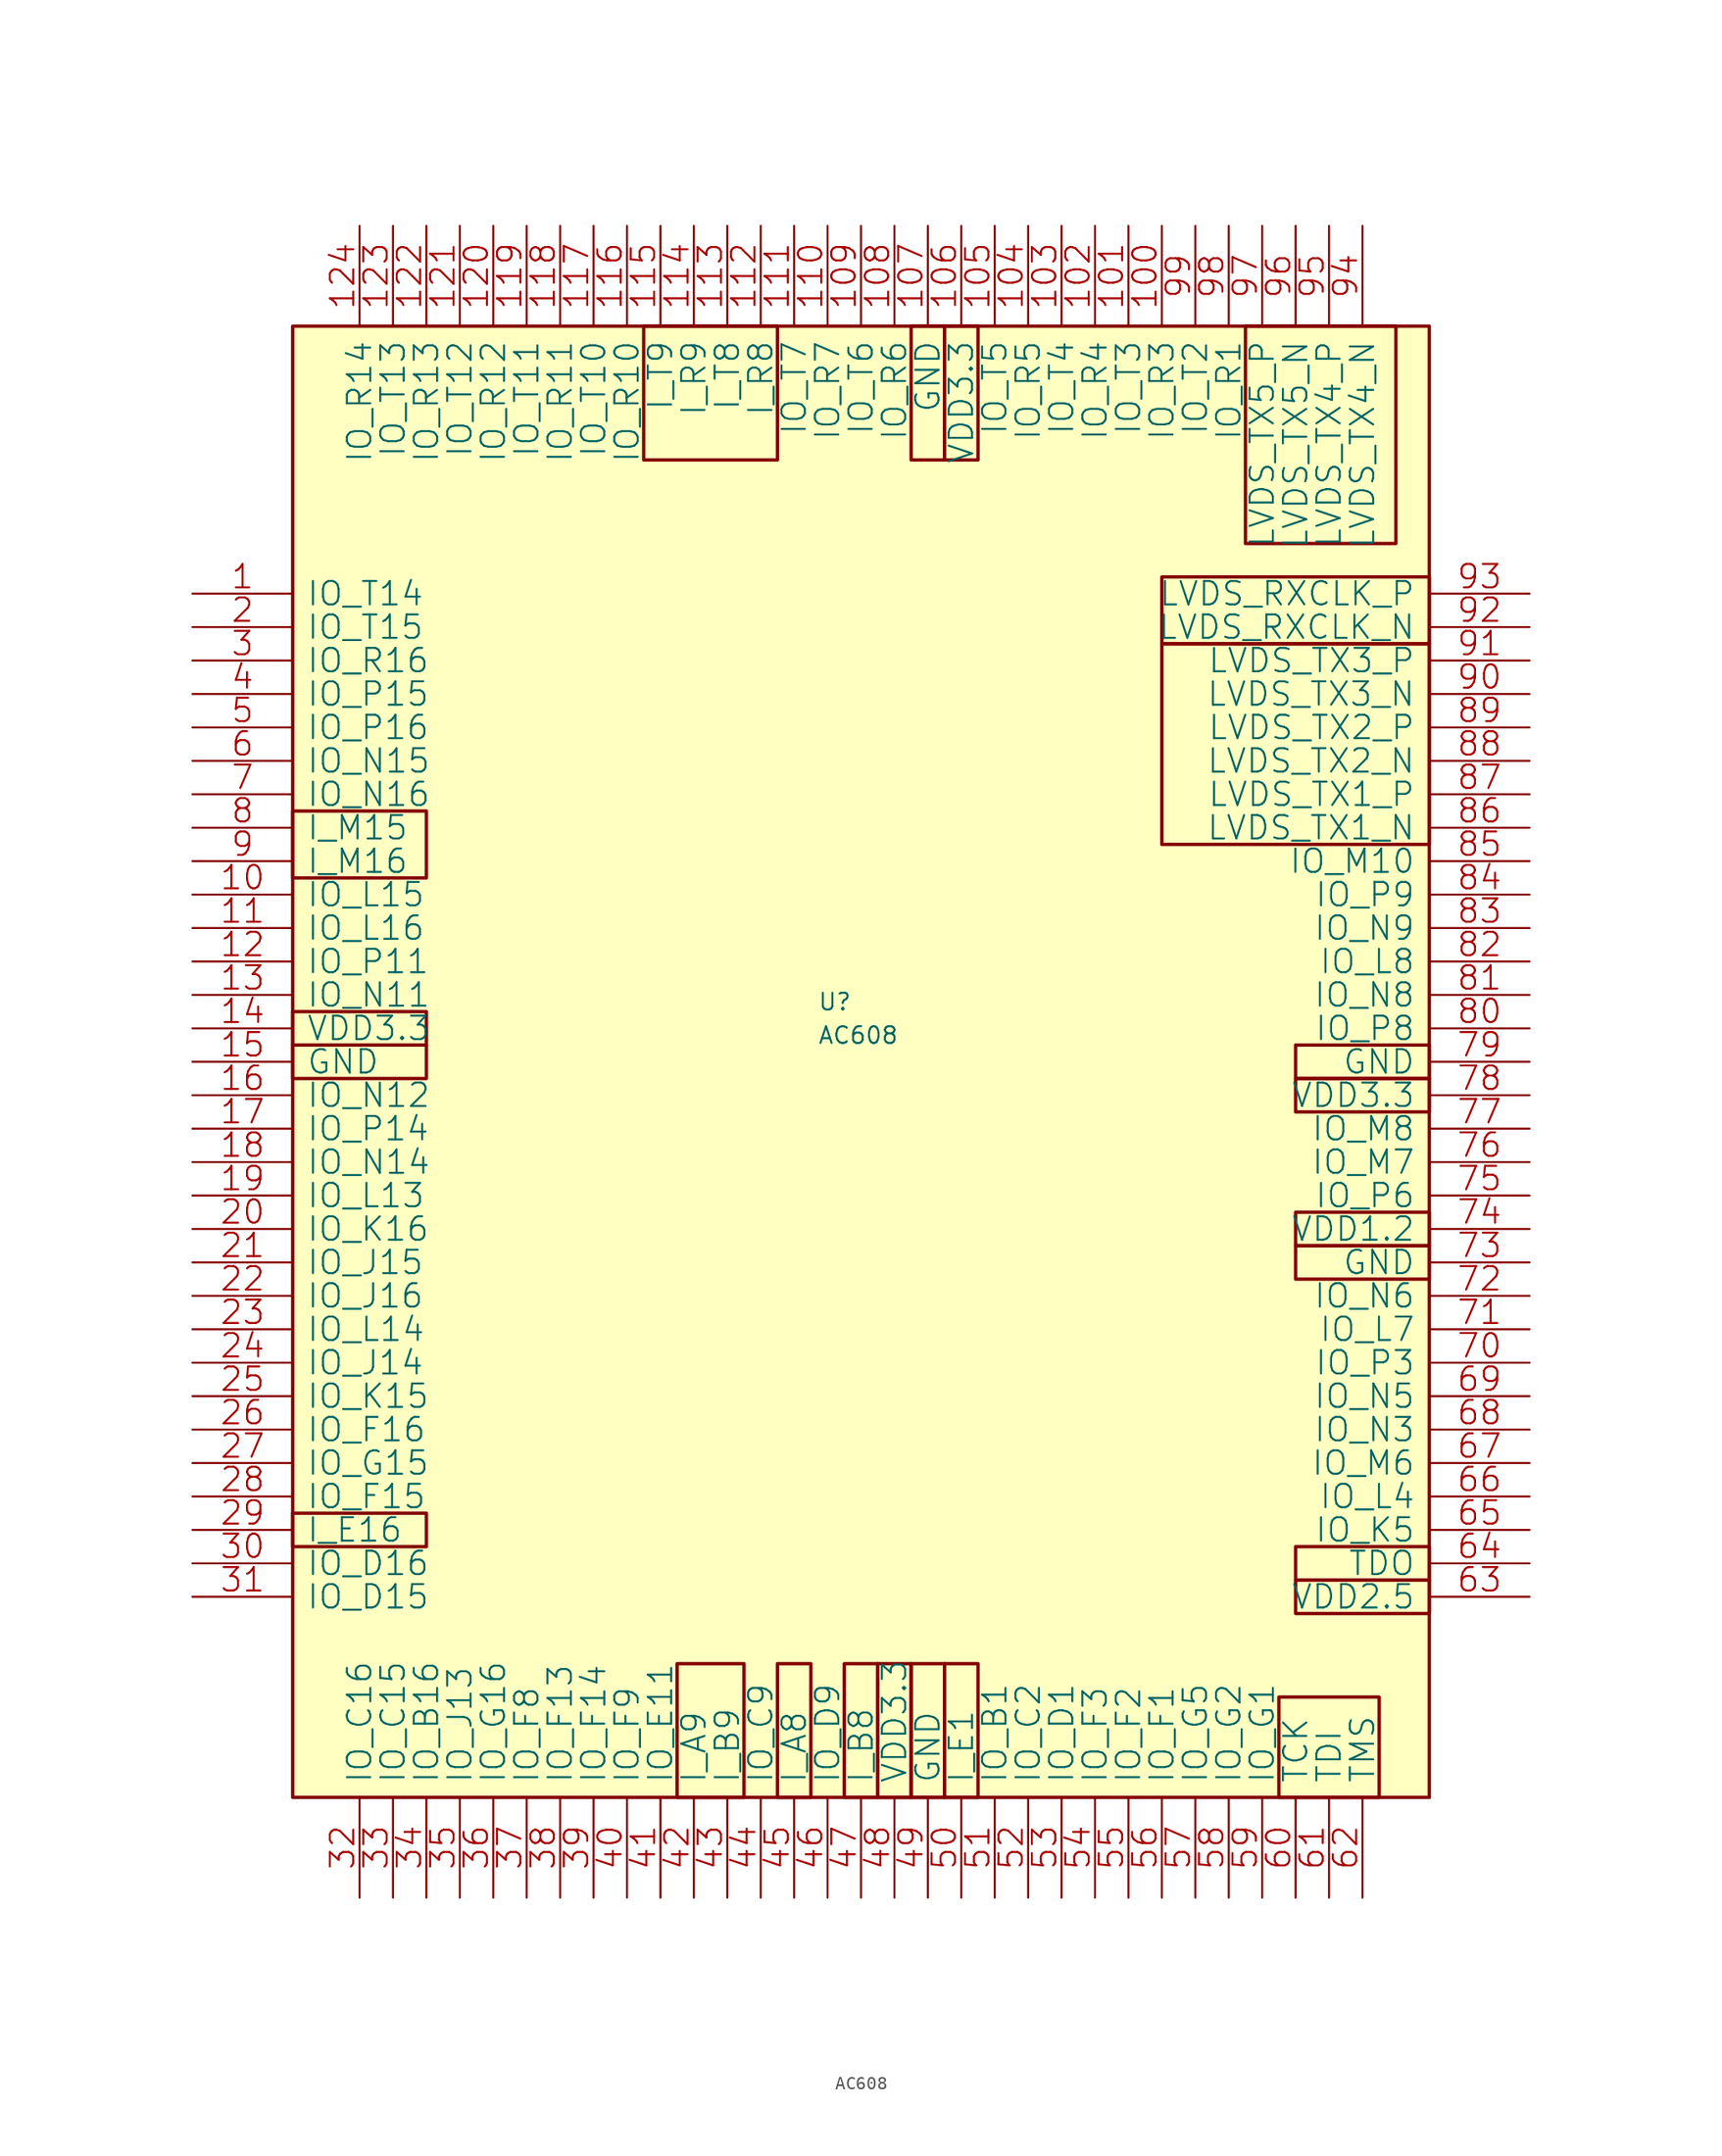
<source format=kicad_sym>
(kicad_symbol_lib
  (version 20220914)
  (generator kicad_symbol_editor)
  (symbol "AC608"
    (pin_names
      (offset 1.016))
    (property "Reference" "U"
      (at -4.572 1.27 0)
      (effects (font (size 1.27 1.27)) (justify left bottom)))
    (property "Value" "AC608"
      (at -4.572 -1.27 0)
      (effects (font (size 1.27 1.27)) (justify left bottom)))
    (property "Footprint" ""
      (at -44.45 38.1 0)
      (effects (font (size 1.27 1.27))))
    (property "Datasheet" ""
      (at -44.45 38.1 0)
      (effects (font (size 1.27 1.27))))
    (symbol "AC608_0_1"
      (rectangle (start -44.45 -58.42) (end 41.91 53.34) (stroke (width 0.254) (type default)) (fill (type background)))
      (rectangle (start -44.45 -39.37) (end -34.29 -36.83) (stroke (width 0.254) (type default)) (fill (type background)))
      (rectangle (start -44.45 -3.81) (end -34.29 -1.27) (stroke (width 0.254) (type default)) (fill (type background)))
      (rectangle (start -44.45 -1.27) (end -34.29 1.27) (stroke (width 0.254) (type default)) (fill (type background)))
      (rectangle (start -44.45 11.43) (end -34.29 16.51) (stroke (width 0.254) (type default)) (fill (type background)))
      (rectangle (start -17.78 43.18) (end -7.62 53.34) (stroke (width 0.254) (type default)) (fill (type background)))
      (rectangle (start -15.24 -58.42) (end -10.16 -48.26) (stroke (width 0.254) (type default)) (fill (type background)))
      (rectangle (start -7.62 -58.42) (end -5.08 -48.26) (stroke (width 0.254) (type default)) (fill (type background)))
      (rectangle (start -2.54 -58.42) (end 0 -48.26) (stroke (width 0.254) (type default)) (fill (type background)))
      (rectangle (start 0 -58.42) (end 2.54 -48.26) (stroke (width 0.254) (type default)) (fill (type background)))
      (rectangle (start 2.54 -58.42) (end 5.08 -48.26) (stroke (width 0.254) (type default)) (fill (type background)))
      (rectangle (start 2.54 43.18) (end 5.08 53.34) (stroke (width 0.254) (type default)) (fill (type background)))
      (rectangle (start 5.08 -58.42) (end 7.62 -48.26) (stroke (width 0.254) (type default)) (fill (type background)))
      (rectangle (start 5.08 43.18) (end 7.62 53.34) (stroke (width 0.254) (type default)) (fill (type background)))
      (rectangle (start 21.59 13.97) (end 41.91 29.21) (stroke (width 0.254) (type default)) (fill (type background)))
      (rectangle (start 21.59 29.21) (end 41.91 34.29) (stroke (width 0.254) (type default)) (fill (type background)))
      (rectangle (start 27.94 36.83) (end 39.37 53.34) (stroke (width 0.254) (type default)) (fill (type background)))
      (rectangle (start 30.48 -58.42) (end 38.1 -50.8) (stroke (width 0.254) (type default)) (fill (type background)))
      (rectangle (start 31.75 -44.45) (end 41.91 -41.91) (stroke (width 0.254) (type default)) (fill (type background)))
      (rectangle (start 31.75 -41.91) (end 41.91 -39.37) (stroke (width 0.254) (type default)) (fill (type background)))
      (rectangle (start 31.75 -19.05) (end 41.91 -16.51) (stroke (width 0.254) (type default)) (fill (type background)))
      (rectangle (start 31.75 -16.51) (end 41.91 -13.97) (stroke (width 0.254) (type default)) (fill (type background)))
      (rectangle (start 31.75 -6.35) (end 41.91 -3.81) (stroke (width 0.254) (type default)) (fill (type background)))
      (rectangle (start 31.75 -3.81) (end 41.91 -1.27) (stroke (width 0.254) (type default)) (fill (type background)))
      (pin bidirectional line (at -52.07 33.02 0) (length 7.62) (name "IO_T14" (effects (font (size 1.778 1.778)))) (number "1" (effects (font (size 1.778 1.778)))))
      (pin bidirectional line (at -52.07 10.16 0) (length 7.62) (name "IO_L15" (effects (font (size 1.778 1.778)))) (number "10" (effects (font (size 1.778 1.778)))))
      (pin bidirectional line (at 21.59 60.96 270) (length 7.62) (name "IO_R3" (effects (font (size 1.778 1.778)))) (number "100" (effects (font (size 1.778 1.778)))))
      (pin bidirectional line (at 19.05 60.96 270) (length 7.62) (name "IO_T3" (effects (font (size 1.778 1.778)))) (number "101" (effects (font (size 1.778 1.778)))))
      (pin bidirectional line (at 16.51 60.96 270) (length 7.62) (name "IO_R4" (effects (font (size 1.778 1.778)))) (number "102" (effects (font (size 1.778 1.778)))))
      (pin bidirectional line (at 13.97 60.96 270) (length 7.62) (name "IO_T4" (effects (font (size 1.778 1.778)))) (number "103" (effects (font (size 1.778 1.778)))))
      (pin bidirectional line (at 11.43 60.96 270) (length 7.62) (name "IO_R5" (effects (font (size 1.778 1.778)))) (number "104" (effects (font (size 1.778 1.778)))))
      (pin bidirectional line (at 8.89 60.96 270) (length 7.62) (name "IO_T5" (effects (font (size 1.778 1.778)))) (number "105" (effects (font (size 1.778 1.778)))))
      (pin power_in line (at 6.35 60.96 270) (length 7.62) (name "VDD3.3" (effects (font (size 1.778 1.778)))) (number "106" (effects (font (size 1.778 1.778)))))
      (pin power_in line (at 3.81 60.96 270) (length 7.62) (name "GND" (effects (font (size 1.778 1.778)))) (number "107" (effects (font (size 1.778 1.778)))))
      (pin bidirectional line (at 1.27 60.96 270) (length 7.62) (name "IO_R6" (effects (font (size 1.778 1.778)))) (number "108" (effects (font (size 1.778 1.778)))))
      (pin bidirectional line (at -1.27 60.96 270) (length 7.62) (name "IO_T6" (effects (font (size 1.778 1.778)))) (number "109" (effects (font (size 1.778 1.778)))))
      (pin bidirectional line (at -52.07 7.62 0) (length 7.62) (name "IO_L16" (effects (font (size 1.778 1.778)))) (number "11" (effects (font (size 1.778 1.778)))))
      (pin bidirectional line (at -3.81 60.96 270) (length 7.62) (name "IO_R7" (effects (font (size 1.778 1.778)))) (number "110" (effects (font (size 1.778 1.778)))))
      (pin bidirectional line (at -6.35 60.96 270) (length 7.62) (name "IO_T7" (effects (font (size 1.778 1.778)))) (number "111" (effects (font (size 1.778 1.778)))))
      (pin input line (at -8.89 60.96 270) (length 7.62) (name "I_R8" (effects (font (size 1.778 1.778)))) (number "112" (effects (font (size 1.778 1.778)))))
      (pin input line (at -11.43 60.96 270) (length 7.62) (name "I_T8" (effects (font (size 1.778 1.778)))) (number "113" (effects (font (size 1.778 1.778)))))
      (pin input line (at -13.97 60.96 270) (length 7.62) (name "I_R9" (effects (font (size 1.778 1.778)))) (number "114" (effects (font (size 1.778 1.778)))))
      (pin input line (at -16.51 60.96 270) (length 7.62) (name "I_T9" (effects (font (size 1.778 1.778)))) (number "115" (effects (font (size 1.778 1.778)))))
      (pin bidirectional line (at -19.05 60.96 270) (length 7.62) (name "IO_R10" (effects (font (size 1.778 1.778)))) (number "116" (effects (font (size 1.778 1.778)))))
      (pin bidirectional line (at -21.59 60.96 270) (length 7.62) (name "IO_T10" (effects (font (size 1.778 1.778)))) (number "117" (effects (font (size 1.778 1.778)))))
      (pin bidirectional line (at -24.13 60.96 270) (length 7.62) (name "IO_R11" (effects (font (size 1.778 1.778)))) (number "118" (effects (font (size 1.778 1.778)))))
      (pin bidirectional line (at -26.67 60.96 270) (length 7.62) (name "IO_T11" (effects (font (size 1.778 1.778)))) (number "119" (effects (font (size 1.778 1.778)))))
      (pin bidirectional line (at -52.07 5.08 0) (length 7.62) (name "IO_P11" (effects (font (size 1.778 1.778)))) (number "12" (effects (font (size 1.778 1.778)))))
      (pin bidirectional line (at -29.21 60.96 270) (length 7.62) (name "IO_R12" (effects (font (size 1.778 1.778)))) (number "120" (effects (font (size 1.778 1.778)))))
      (pin bidirectional line (at -31.75 60.96 270) (length 7.62) (name "IO_T12" (effects (font (size 1.778 1.778)))) (number "121" (effects (font (size 1.778 1.778)))))
      (pin bidirectional line (at -34.29 60.96 270) (length 7.62) (name "IO_R13" (effects (font (size 1.778 1.778)))) (number "122" (effects (font (size 1.778 1.778)))))
      (pin bidirectional line (at -36.83 60.96 270) (length 7.62) (name "IO_T13" (effects (font (size 1.778 1.778)))) (number "123" (effects (font (size 1.778 1.778)))))
      (pin bidirectional line (at -39.37 60.96 270) (length 7.62) (name "IO_R14" (effects (font (size 1.778 1.778)))) (number "124" (effects (font (size 1.778 1.778)))))
      (pin bidirectional line (at -52.07 2.54 0) (length 7.62) (name "IO_N11" (effects (font (size 1.778 1.778)))) (number "13" (effects (font (size 1.778 1.778)))))
      (pin power_in line (at -52.07 0 0) (length 7.62) (name "VDD3.3" (effects (font (size 1.778 1.778)))) (number "14" (effects (font (size 1.778 1.778)))))
      (pin power_in line (at -52.07 -2.54 0) (length 7.62) (name "GND" (effects (font (size 1.778 1.778)))) (number "15" (effects (font (size 1.778 1.778)))))
      (pin bidirectional line (at -52.07 -5.08 0) (length 7.62) (name "IO_N12" (effects (font (size 1.778 1.778)))) (number "16" (effects (font (size 1.778 1.778)))))
      (pin bidirectional line (at -52.07 -7.62 0) (length 7.62) (name "IO_P14" (effects (font (size 1.778 1.778)))) (number "17" (effects (font (size 1.778 1.778)))))
      (pin bidirectional line (at -52.07 -10.16 0) (length 7.62) (name "IO_N14" (effects (font (size 1.778 1.778)))) (number "18" (effects (font (size 1.778 1.778)))))
      (pin bidirectional line (at -52.07 -12.7 0) (length 7.62) (name "IO_L13" (effects (font (size 1.778 1.778)))) (number "19" (effects (font (size 1.778 1.778)))))
      (pin bidirectional line (at -52.07 30.48 0) (length 7.62) (name "IO_T15" (effects (font (size 1.778 1.778)))) (number "2" (effects (font (size 1.778 1.778)))))
      (pin bidirectional line (at -52.07 -15.24 0) (length 7.62) (name "IO_K16" (effects (font (size 1.778 1.778)))) (number "20" (effects (font (size 1.778 1.778)))))
      (pin bidirectional line (at -52.07 -17.78 0) (length 7.62) (name "IO_J15" (effects (font (size 1.778 1.778)))) (number "21" (effects (font (size 1.778 1.778)))))
      (pin bidirectional line (at -52.07 -20.32 0) (length 7.62) (name "IO_J16" (effects (font (size 1.778 1.778)))) (number "22" (effects (font (size 1.778 1.778)))))
      (pin bidirectional line (at -52.07 -22.86 0) (length 7.62) (name "IO_L14" (effects (font (size 1.778 1.778)))) (number "23" (effects (font (size 1.778 1.778)))))
      (pin bidirectional line (at -52.07 -25.4 0) (length 7.62) (name "IO_J14" (effects (font (size 1.778 1.778)))) (number "24" (effects (font (size 1.778 1.778)))))
      (pin bidirectional line (at -52.07 -27.94 0) (length 7.62) (name "IO_K15" (effects (font (size 1.778 1.778)))) (number "25" (effects (font (size 1.778 1.778)))))
      (pin bidirectional line (at -52.07 -30.48 0) (length 7.62) (name "IO_F16" (effects (font (size 1.778 1.778)))) (number "26" (effects (font (size 1.778 1.778)))))
      (pin bidirectional line (at -52.07 -33.02 0) (length 7.62) (name "IO_G15" (effects (font (size 1.778 1.778)))) (number "27" (effects (font (size 1.778 1.778)))))
      (pin bidirectional line (at -52.07 -35.56 0) (length 7.62) (name "IO_F15" (effects (font (size 1.778 1.778)))) (number "28" (effects (font (size 1.778 1.778)))))
      (pin input line (at -52.07 -38.1 0) (length 7.62) (name "I_E16" (effects (font (size 1.778 1.778)))) (number "29" (effects (font (size 1.778 1.778)))))
      (pin bidirectional line (at -52.07 27.94 0) (length 7.62) (name "IO_R16" (effects (font (size 1.778 1.778)))) (number "3" (effects (font (size 1.778 1.778)))))
      (pin bidirectional line (at -52.07 -40.64 0) (length 7.62) (name "IO_D16" (effects (font (size 1.778 1.778)))) (number "30" (effects (font (size 1.778 1.778)))))
      (pin bidirectional line (at -52.07 -43.18 0) (length 7.62) (name "IO_D15" (effects (font (size 1.778 1.778)))) (number "31" (effects (font (size 1.778 1.778)))))
      (pin bidirectional line (at -39.37 -66.04 90) (length 7.62) (name "IO_C16" (effects (font (size 1.778 1.778)))) (number "32" (effects (font (size 1.778 1.778)))))
      (pin bidirectional line (at -36.83 -66.04 90) (length 7.62) (name "IO_C15" (effects (font (size 1.778 1.778)))) (number "33" (effects (font (size 1.778 1.778)))))
      (pin bidirectional line (at -34.29 -66.04 90) (length 7.62) (name "IO_B16" (effects (font (size 1.778 1.778)))) (number "34" (effects (font (size 1.778 1.778)))))
      (pin bidirectional line (at -31.75 -66.04 90) (length 7.62) (name "IO_J13" (effects (font (size 1.778 1.778)))) (number "35" (effects (font (size 1.778 1.778)))))
      (pin bidirectional line (at -29.21 -66.04 90) (length 7.62) (name "IO_G16" (effects (font (size 1.778 1.778)))) (number "36" (effects (font (size 1.778 1.778)))))
      (pin bidirectional line (at -26.67 -66.04 90) (length 7.62) (name "IO_F8" (effects (font (size 1.778 1.778)))) (number "37" (effects (font (size 1.778 1.778)))))
      (pin bidirectional line (at -24.13 -66.04 90) (length 7.62) (name "IO_F13" (effects (font (size 1.778 1.778)))) (number "38" (effects (font (size 1.778 1.778)))))
      (pin bidirectional line (at -21.59 -66.04 90) (length 7.62) (name "IO_F14" (effects (font (size 1.778 1.778)))) (number "39" (effects (font (size 1.778 1.778)))))
      (pin bidirectional line (at -52.07 25.4 0) (length 7.62) (name "IO_P15" (effects (font (size 1.778 1.778)))) (number "4" (effects (font (size 1.778 1.778)))))
      (pin bidirectional line (at -19.05 -66.04 90) (length 7.62) (name "IO_F9" (effects (font (size 1.778 1.778)))) (number "40" (effects (font (size 1.778 1.778)))))
      (pin bidirectional line (at -16.51 -66.04 90) (length 7.62) (name "IO_E11" (effects (font (size 1.778 1.778)))) (number "41" (effects (font (size 1.778 1.778)))))
      (pin input line (at -13.97 -66.04 90) (length 7.62) (name "I_A9" (effects (font (size 1.778 1.778)))) (number "42" (effects (font (size 1.778 1.778)))))
      (pin input line (at -11.43 -66.04 90) (length 7.62) (name "I_B9" (effects (font (size 1.778 1.778)))) (number "43" (effects (font (size 1.778 1.778)))))
      (pin bidirectional line (at -8.89 -66.04 90) (length 7.62) (name "IO_C9" (effects (font (size 1.778 1.778)))) (number "44" (effects (font (size 1.778 1.778)))))
      (pin input line (at -6.35 -66.04 90) (length 7.62) (name "I_A8" (effects (font (size 1.778 1.778)))) (number "45" (effects (font (size 1.778 1.778)))))
      (pin bidirectional line (at -3.81 -66.04 90) (length 7.62) (name "IO_D9" (effects (font (size 1.778 1.778)))) (number "46" (effects (font (size 1.778 1.778)))))
      (pin input line (at -1.27 -66.04 90) (length 7.62) (name "I_B8" (effects (font (size 1.778 1.778)))) (number "47" (effects (font (size 1.778 1.778)))))
      (pin power_in line (at 1.27 -66.04 90) (length 7.62) (name "VDD3.3" (effects (font (size 1.778 1.778)))) (number "48" (effects (font (size 1.778 1.778)))))
      (pin power_in line (at 3.81 -66.04 90) (length 7.62) (name "GND" (effects (font (size 1.778 1.778)))) (number "49" (effects (font (size 1.778 1.778)))))
      (pin bidirectional line (at -52.07 22.86 0) (length 7.62) (name "IO_P16" (effects (font (size 1.778 1.778)))) (number "5" (effects (font (size 1.778 1.778)))))
      (pin bidirectional line (at 6.35 -66.04 90) (length 7.62) (name "I_E1" (effects (font (size 1.778 1.778)))) (number "50" (effects (font (size 1.778 1.778)))))
      (pin bidirectional line (at 8.89 -66.04 90) (length 7.62) (name "IO_B1" (effects (font (size 1.778 1.778)))) (number "51" (effects (font (size 1.778 1.778)))))
      (pin bidirectional line (at 11.43 -66.04 90) (length 7.62) (name "IO_C2" (effects (font (size 1.778 1.778)))) (number "52" (effects (font (size 1.778 1.778)))))
      (pin bidirectional line (at 13.97 -66.04 90) (length 7.62) (name "IO_D1" (effects (font (size 1.778 1.778)))) (number "53" (effects (font (size 1.778 1.778)))))
      (pin bidirectional line (at 16.51 -66.04 90) (length 7.62) (name "IO_F3" (effects (font (size 1.778 1.778)))) (number "54" (effects (font (size 1.778 1.778)))))
      (pin bidirectional line (at 19.05 -66.04 90) (length 7.62) (name "IO_F2" (effects (font (size 1.778 1.778)))) (number "55" (effects (font (size 1.778 1.778)))))
      (pin bidirectional line (at 21.59 -66.04 90) (length 7.62) (name "IO_F1" (effects (font (size 1.778 1.778)))) (number "56" (effects (font (size 1.778 1.778)))))
      (pin bidirectional line (at 24.13 -66.04 90) (length 7.62) (name "IO_G5" (effects (font (size 1.778 1.778)))) (number "57" (effects (font (size 1.778 1.778)))))
      (pin bidirectional line (at 26.67 -66.04 90) (length 7.62) (name "IO_G2" (effects (font (size 1.778 1.778)))) (number "58" (effects (font (size 1.778 1.778)))))
      (pin bidirectional line (at 29.21 -66.04 90) (length 7.62) (name "IO_G1" (effects (font (size 1.778 1.778)))) (number "59" (effects (font (size 1.778 1.778)))))
      (pin bidirectional line (at -52.07 20.32 0) (length 7.62) (name "IO_N15" (effects (font (size 1.778 1.778)))) (number "6" (effects (font (size 1.778 1.778)))))
      (pin bidirectional line (at 31.75 -66.04 90) (length 7.62) (name "TCK" (effects (font (size 1.778 1.778)))) (number "60" (effects (font (size 1.778 1.778)))))
      (pin bidirectional line (at 34.29 -66.04 90) (length 7.62) (name "TDI" (effects (font (size 1.778 1.778)))) (number "61" (effects (font (size 1.778 1.778)))))
      (pin bidirectional line (at 36.83 -66.04 90) (length 7.62) (name "TMS" (effects (font (size 1.778 1.778)))) (number "62" (effects (font (size 1.778 1.778)))))
      (pin power_in line (at 49.53 -43.18 180) (length 7.62) (name "VDD2.5" (effects (font (size 1.778 1.778)))) (number "63" (effects (font (size 1.778 1.778)))))
      (pin bidirectional line (at 49.53 -40.64 180) (length 7.62) (name "TDO" (effects (font (size 1.778 1.778)))) (number "64" (effects (font (size 1.778 1.778)))))
      (pin bidirectional line (at 49.53 -38.1 180) (length 7.62) (name "IO_K5" (effects (font (size 1.778 1.778)))) (number "65" (effects (font (size 1.778 1.778)))))
      (pin bidirectional line (at 49.53 -35.56 180) (length 7.62) (name "IO_L4" (effects (font (size 1.778 1.778)))) (number "66" (effects (font (size 1.778 1.778)))))
      (pin bidirectional line (at 49.53 -33.02 180) (length 7.62) (name "IO_M6" (effects (font (size 1.778 1.778)))) (number "67" (effects (font (size 1.778 1.778)))))
      (pin bidirectional line (at 49.53 -30.48 180) (length 7.62) (name "IO_N3" (effects (font (size 1.778 1.778)))) (number "68" (effects (font (size 1.778 1.778)))))
      (pin bidirectional line (at 49.53 -27.94 180) (length 7.62) (name "IO_N5" (effects (font (size 1.778 1.778)))) (number "69" (effects (font (size 1.778 1.778)))))
      (pin bidirectional line (at -52.07 17.78 0) (length 7.62) (name "IO_N16" (effects (font (size 1.778 1.778)))) (number "7" (effects (font (size 1.778 1.778)))))
      (pin bidirectional line (at 49.53 -25.4 180) (length 7.62) (name "IO_P3" (effects (font (size 1.778 1.778)))) (number "70" (effects (font (size 1.778 1.778)))))
      (pin bidirectional line (at 49.53 -22.86 180) (length 7.62) (name "IO_L7" (effects (font (size 1.778 1.778)))) (number "71" (effects (font (size 1.778 1.778)))))
      (pin bidirectional line (at 49.53 -20.32 180) (length 7.62) (name "IO_N6" (effects (font (size 1.778 1.778)))) (number "72" (effects (font (size 1.778 1.778)))))
      (pin power_in line (at 49.53 -17.78 180) (length 7.62) (name "GND" (effects (font (size 1.778 1.778)))) (number "73" (effects (font (size 1.778 1.778)))))
      (pin power_in line (at 49.53 -15.24 180) (length 7.62) (name "VDD1.2" (effects (font (size 1.778 1.778)))) (number "74" (effects (font (size 1.778 1.778)))))
      (pin bidirectional line (at 49.53 -12.7 180) (length 7.62) (name "IO_P6" (effects (font (size 1.778 1.778)))) (number "75" (effects (font (size 1.778 1.778)))))
      (pin bidirectional line (at 49.53 -10.16 180) (length 7.62) (name "IO_M7" (effects (font (size 1.778 1.778)))) (number "76" (effects (font (size 1.778 1.778)))))
      (pin bidirectional line (at 49.53 -7.62 180) (length 7.62) (name "IO_M8" (effects (font (size 1.778 1.778)))) (number "77" (effects (font (size 1.778 1.778)))))
      (pin power_in line (at 49.53 -5.08 180) (length 7.62) (name "VDD3.3" (effects (font (size 1.778 1.778)))) (number "78" (effects (font (size 1.778 1.778)))))
      (pin power_in line (at 49.53 -2.54 180) (length 7.62) (name "GND" (effects (font (size 1.778 1.778)))) (number "79" (effects (font (size 1.778 1.778)))))
      (pin input line (at -52.07 15.24 0) (length 7.62) (name "I_M15" (effects (font (size 1.778 1.778)))) (number "8" (effects (font (size 1.778 1.778)))))
      (pin bidirectional line (at 49.53 0 180) (length 7.62) (name "IO_P8" (effects (font (size 1.778 1.778)))) (number "80" (effects (font (size 1.778 1.778)))))
      (pin bidirectional line (at 49.53 2.54 180) (length 7.62) (name "IO_N8" (effects (font (size 1.778 1.778)))) (number "81" (effects (font (size 1.778 1.778)))))
      (pin bidirectional line (at 49.53 5.08 180) (length 7.62) (name "IO_L8" (effects (font (size 1.778 1.778)))) (number "82" (effects (font (size 1.778 1.778)))))
      (pin bidirectional line (at 49.53 7.62 180) (length 7.62) (name "IO_N9" (effects (font (size 1.778 1.778)))) (number "83" (effects (font (size 1.778 1.778)))))
      (pin bidirectional line (at 49.53 10.16 180) (length 7.62) (name "IO_P9" (effects (font (size 1.778 1.778)))) (number "84" (effects (font (size 1.778 1.778)))))
      (pin bidirectional line (at 49.53 12.7 180) (length 7.62) (name "IO_M10" (effects (font (size 1.778 1.778)))) (number "85" (effects (font (size 1.778 1.778)))))
      (pin bidirectional line (at 49.53 15.24 180) (length 7.62) (name "LVDS_TX1_N" (effects (font (size 1.778 1.778)))) (number "86" (effects (font (size 1.778 1.778)))))
      (pin bidirectional line (at 49.53 17.78 180) (length 7.62) (name "LVDS_TX1_P" (effects (font (size 1.778 1.778)))) (number "87" (effects (font (size 1.778 1.778)))))
      (pin bidirectional line (at 49.53 20.32 180) (length 7.62) (name "LVDS_TX2_N" (effects (font (size 1.778 1.778)))) (number "88" (effects (font (size 1.778 1.778)))))
      (pin bidirectional line (at 49.53 22.86 180) (length 7.62) (name "LVDS_TX2_P" (effects (font (size 1.778 1.778)))) (number "89" (effects (font (size 1.778 1.778)))))
      (pin input line (at -52.07 12.7 0) (length 7.62) (name "I_M16" (effects (font (size 1.778 1.778)))) (number "9" (effects (font (size 1.778 1.778)))))
      (pin bidirectional line (at 49.53 25.4 180) (length 7.62) (name "LVDS_TX3_N" (effects (font (size 1.778 1.778)))) (number "90" (effects (font (size 1.778 1.778)))))
      (pin bidirectional line (at 49.53 27.94 180) (length 7.62) (name "LVDS_TX3_P" (effects (font (size 1.778 1.778)))) (number "91" (effects (font (size 1.778 1.778)))))
      (pin bidirectional line (at 49.53 30.48 180) (length 7.62) (name "LVDS_RXCLK_N" (effects (font (size 1.778 1.778)))) (number "92" (effects (font (size 1.778 1.778)))))
      (pin bidirectional line (at 49.53 33.02 180) (length 7.62) (name "LVDS_RXCLK_P" (effects (font (size 1.778 1.778)))) (number "93" (effects (font (size 1.778 1.778)))))
      (pin bidirectional line (at 36.83 60.96 270) (length 7.62) (name "LVDS_TX4_N" (effects (font (size 1.778 1.778)))) (number "94" (effects (font (size 1.778 1.778)))))
      (pin bidirectional line (at 34.29 60.96 270) (length 7.62) (name "LVDS_TX4_P" (effects (font (size 1.778 1.778)))) (number "95" (effects (font (size 1.778 1.778)))))
      (pin bidirectional line (at 31.75 60.96 270) (length 7.62) (name "LVDS_TX5_N" (effects (font (size 1.778 1.778)))) (number "96" (effects (font (size 1.778 1.778)))))
      (pin bidirectional line (at 29.21 60.96 270) (length 7.62) (name "LVDS_TX5_P" (effects (font (size 1.778 1.778)))) (number "97" (effects (font (size 1.778 1.778)))))
      (pin bidirectional line (at 26.67 60.96 270) (length 7.62) (name "IO_R1" (effects (font (size 1.778 1.778)))) (number "98" (effects (font (size 1.778 1.778)))))
      (pin bidirectional line (at 24.13 60.96 270) (length 7.62) (name "IO_T2" (effects (font (size 1.778 1.778)))) (number "99" (effects (font (size 1.778 1.778))))))))
</source>
